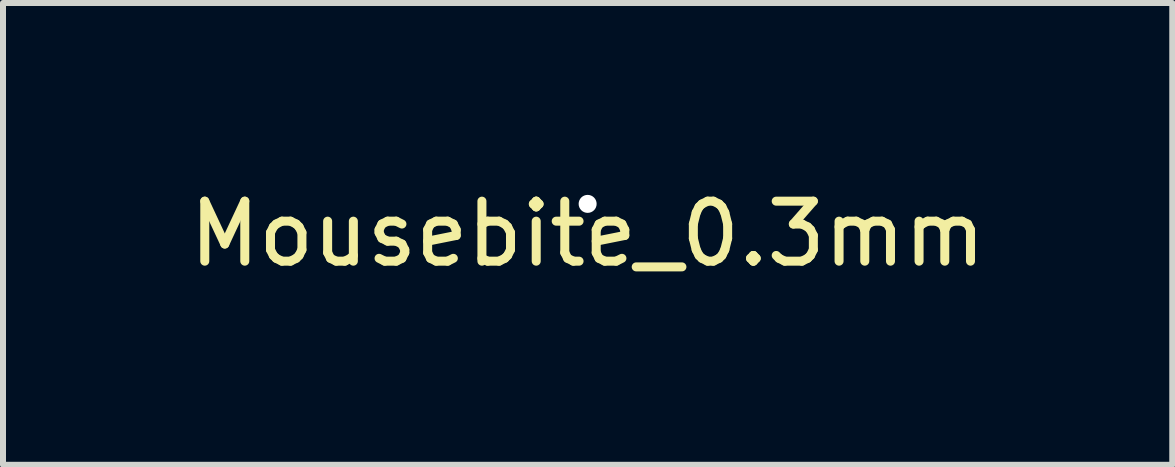
<source format=kicad_pcb>
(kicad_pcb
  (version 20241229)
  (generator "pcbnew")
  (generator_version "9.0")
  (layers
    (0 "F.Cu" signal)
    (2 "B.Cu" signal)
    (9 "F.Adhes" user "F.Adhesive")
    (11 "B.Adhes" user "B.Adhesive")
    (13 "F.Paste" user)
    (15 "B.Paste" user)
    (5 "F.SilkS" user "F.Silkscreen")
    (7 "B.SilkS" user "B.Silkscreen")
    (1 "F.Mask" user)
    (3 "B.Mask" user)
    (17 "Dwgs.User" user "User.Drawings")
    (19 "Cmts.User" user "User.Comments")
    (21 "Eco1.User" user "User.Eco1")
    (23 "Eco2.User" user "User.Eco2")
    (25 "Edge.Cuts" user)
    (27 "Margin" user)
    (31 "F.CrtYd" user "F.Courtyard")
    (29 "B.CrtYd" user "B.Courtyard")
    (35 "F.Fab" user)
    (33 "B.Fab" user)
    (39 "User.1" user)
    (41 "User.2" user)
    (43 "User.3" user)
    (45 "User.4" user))
  (footprint "Mousebite_0.3mm"
    (layer "F.Cu")
    (at 6.744 0.348)
    (property "Reference" "Mousebite_0.3mm" (at 0 0.5 0) (layer "F.SilkS") (effects (font (size 1 1) (thickness 0.15))))
    (attr through_hole)
    (pad "" np_thru_hole circle (at 0 0) (size 0.3 0.3) (drill 0.3) (layers "*.Cu" "*.Mask")))
  (gr_rect
    (start -3 -3)
    (end 16.488 4.697)
    (stroke (width 0.1) (type default))
    (fill no)
    (layer "Edge.Cuts")))
</source>
